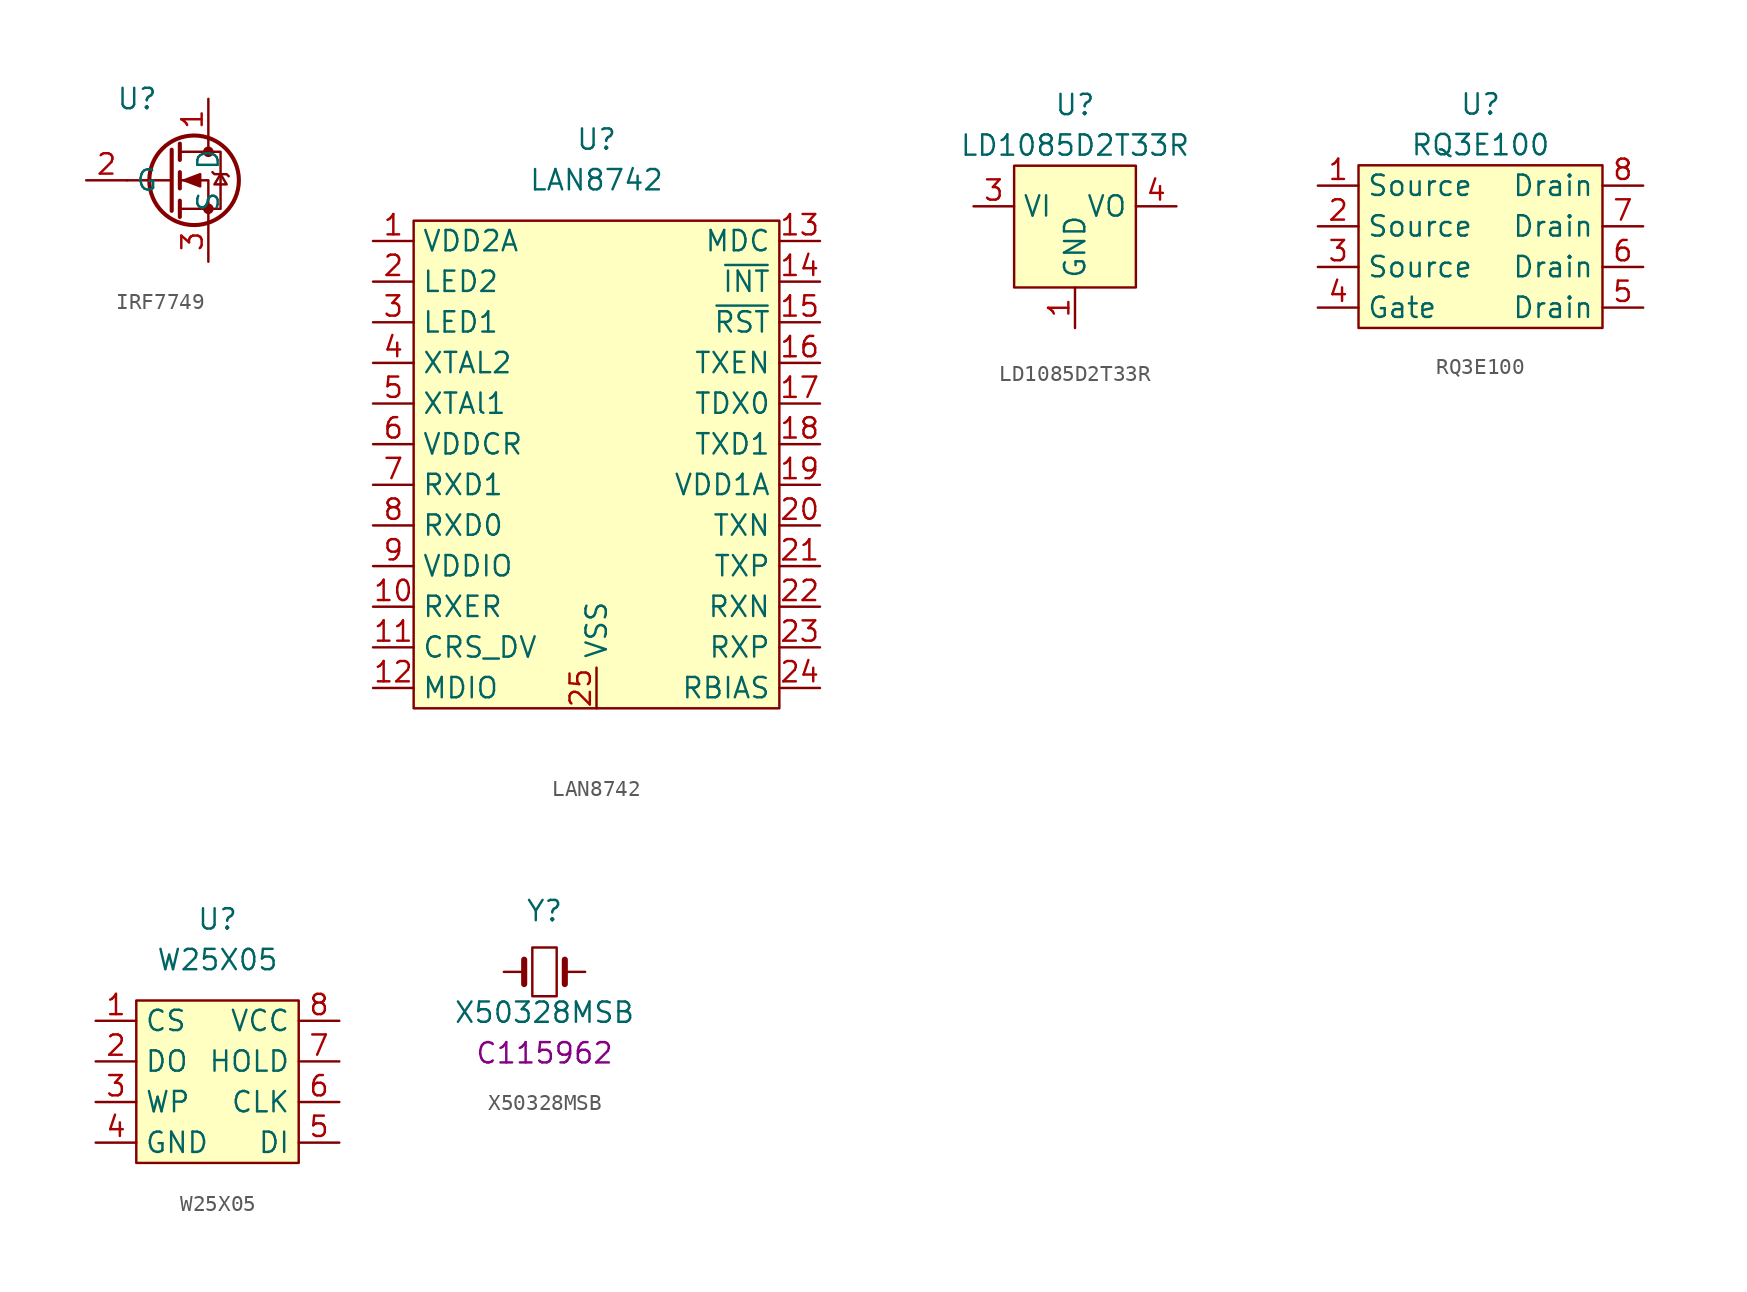
<source format=kicad_sym>
(kicad_symbol_lib
  (version 20220914)
  (generator kicad_symbol_editor)
  (symbol "IRF7749"
    (property "Reference" "U"
      (at -3.81 5.08 0)
      (effects (font (size 1.27 1.27))))
    (property "Value" ""
      (at 0 0 0)
      (effects (font (size 1.27 1.27))))
    (symbol "IRF7749_0_1"
      (circle (center -0.254 0) (radius 2.794) (stroke (width 0.254) (type default)) (fill (type none)))
      (polyline (pts (xy -1.651 0) (xy -4.445 0)) (stroke (width 0) (type default)) (fill (type none)))
      (polyline (pts (xy -1.651 1.905) (xy -1.651 -1.905)) (stroke (width 0.254) (type default)) (fill (type none)))
      (polyline (pts (xy -1.143 -1.27) (xy -1.143 -2.286)) (stroke (width 0.254) (type default)) (fill (type none)))
      (polyline (pts (xy -1.143 0.508) (xy -1.143 -0.508)) (stroke (width 0.254) (type default)) (fill (type none)))
      (polyline (pts (xy -1.143 2.286) (xy -1.143 1.27)) (stroke (width 0.254) (type default)) (fill (type none)))
      (polyline (pts (xy 0.635 2.54) (xy 0.635 1.778)) (stroke (width 0) (type default)) (fill (type none)))
      (polyline (pts (xy 0.635 -2.54) (xy 0.635 0) (xy -1.143 0)) (stroke (width 0) (type default)) (fill (type none)))
      (polyline (pts (xy -1.143 -1.778) (xy 1.397 -1.778) (xy 1.397 1.778) (xy -1.143 1.778)) (stroke (width 0) (type default)) (fill (type none)))
      (polyline (pts (xy -0.889 0) (xy 0.127 0.381) (xy 0.127 -0.381) (xy -0.889 0)) (stroke (width 0) (type default)) (fill (type outline)))
      (polyline (pts (xy 0.889 0.508) (xy 1.016 0.381) (xy 1.778 0.381) (xy 1.905 0.254)) (stroke (width 0) (type default)) (fill (type none)))
      (polyline (pts (xy 1.397 0.381) (xy 1.016 -0.254) (xy 1.778 -0.254) (xy 1.397 0.381)) (stroke (width 0) (type default)) (fill (type none)))
      (circle (center 0.635 -1.778) (radius 0.254) (stroke (width 0) (type default)) (fill (type outline)))
      (circle (center 0.635 1.778) (radius 0.254) (stroke (width 0) (type default)) (fill (type outline))))
    (symbol "IRF7749_1_1"
      (pin passive line (at 0.635 5.08 270) (length 2.54) (name "D" (effects (font (size 1.27 1.27)))) (number "1" (effects (font (size 1.27 1.27)))))
      (pin input line (at -6.985 0 0) (length 2.54) (name "G" (effects (font (size 1.27 1.27)))) (number "2" (effects (font (size 1.27 1.27)))))
      (pin passive line (at 0.635 -5.08 90) (length 2.54) (name "S" (effects (font (size 1.27 1.27)))) (number "3" (effects (font (size 1.27 1.27)))))))
  (symbol "LAN8742"
    (property "Reference" "U"
      (at 0 20.32 0)
      (effects (font (size 1.27 1.27))))
    (property "Value" "LAN8742"
      (at 0 17.78 0)
      (effects (font (size 1.27 1.27))))
    (symbol "LAN8742_0_1"
      (rectangle (start -11.43 15.24) (end 11.43 -15.24) (stroke (width 0) (type default)) (fill (type background))))
    (symbol "LAN8742_1_0"
      (pin bidirectional line (at -13.97 -8.89 0) (length 2.54) (name "RXER" (effects (font (size 1.27 1.27)))) (number "10" (effects (font (size 1.27 1.27)))))
      (pin bidirectional line (at -13.97 -11.43 0) (length 2.54) (name "CRS_DV" (effects (font (size 1.27 1.27)))) (number "11" (effects (font (size 1.27 1.27)))))
      (pin bidirectional line (at -13.97 -13.97 0) (length 2.54) (name "MDIO" (effects (font (size 1.27 1.27)))) (number "12" (effects (font (size 1.27 1.27)))))
      (pin input line (at 13.97 13.97 180) (length 2.54) (name "MDC" (effects (font (size 1.27 1.27)))) (number "13" (effects (font (size 1.27 1.27)))))
      (pin bidirectional line (at 13.97 11.43 180) (length 2.54) (name "~{INT}" (effects (font (size 1.27 1.27)))) (number "14" (effects (font (size 1.27 1.27)))))
      (pin bidirectional line (at 13.97 8.89 180) (length 2.54) (name "~{RST}" (effects (font (size 1.27 1.27)))) (number "15" (effects (font (size 1.27 1.27)))))
      (pin input line (at 13.97 6.35 180) (length 2.54) (name "TXEN" (effects (font (size 1.27 1.27)))) (number "16" (effects (font (size 1.27 1.27)))))
      (pin input line (at 13.97 3.81 180) (length 2.54) (name "TDX0" (effects (font (size 1.27 1.27)))) (number "17" (effects (font (size 1.27 1.27)))))
      (pin input line (at 13.97 1.27 180) (length 2.54) (name "TXD1" (effects (font (size 1.27 1.27)))) (number "18" (effects (font (size 1.27 1.27)))))
      (pin power_in line (at 13.97 -1.27 180) (length 2.54) (name "VDD1A" (effects (font (size 1.27 1.27)))) (number "19" (effects (font (size 1.27 1.27)))))
      (pin output line (at -13.97 11.43 0) (length 2.54) (name "LED2" (effects (font (size 1.27 1.27)))) (number "2" (effects (font (size 1.27 1.27)))))
      (pin bidirectional line (at 13.97 -3.81 180) (length 2.54) (name "TXN" (effects (font (size 1.27 1.27)))) (number "20" (effects (font (size 1.27 1.27)))))
      (pin bidirectional line (at 13.97 -6.35 180) (length 2.54) (name "TXP" (effects (font (size 1.27 1.27)))) (number "21" (effects (font (size 1.27 1.27)))))
      (pin bidirectional line (at 13.97 -8.89 180) (length 2.54) (name "RXN" (effects (font (size 1.27 1.27)))) (number "22" (effects (font (size 1.27 1.27)))))
      (pin bidirectional line (at 13.97 -11.43 180) (length 2.54) (name "RXP" (effects (font (size 1.27 1.27)))) (number "23" (effects (font (size 1.27 1.27)))))
      (pin input line (at 13.97 -13.97 180) (length 2.54) (name "RBIAS" (effects (font (size 1.27 1.27)))) (number "24" (effects (font (size 1.27 1.27)))))
      (pin power_in line (at 0 -15.24 90) (length 2.54) (name "VSS" (effects (font (size 1.27 1.27)))) (number "25" (effects (font (size 1.27 1.27)))))
      (pin output line (at -13.97 8.89 0) (length 2.54) (name "LED1" (effects (font (size 1.27 1.27)))) (number "3" (effects (font (size 1.27 1.27)))))
      (pin output line (at -13.97 6.35 0) (length 2.54) (name "XTAL2" (effects (font (size 1.27 1.27)))) (number "4" (effects (font (size 1.27 1.27)))))
      (pin input line (at -13.97 3.81 0) (length 2.54) (name "XTAl1" (effects (font (size 1.27 1.27)))) (number "5" (effects (font (size 1.27 1.27)))))
      (pin power_out line (at -13.97 1.27 0) (length 2.54) (name "VDDCR" (effects (font (size 1.27 1.27)))) (number "6" (effects (font (size 1.27 1.27)))))
      (pin output line (at -13.97 -1.27 0) (length 2.54) (name "RXD1" (effects (font (size 1.27 1.27)))) (number "7" (effects (font (size 1.27 1.27)))))
      (pin output line (at -13.97 -3.81 0) (length 2.54) (name "RXD0" (effects (font (size 1.27 1.27)))) (number "8" (effects (font (size 1.27 1.27)))))
      (pin power_in line (at -13.97 -6.35 0) (length 2.54) (name "VDDIO" (effects (font (size 1.27 1.27)))) (number "9" (effects (font (size 1.27 1.27))))))
    (symbol "LAN8742_1_1"
      (pin power_in line (at -13.97 13.97 0) (length 2.54) (name "VDD2A" (effects (font (size 1.27 1.27)))) (number "1" (effects (font (size 1.27 1.27)))))))
  (symbol "LD1085D2T33R"
    (property "Reference" "U"
      (at 0 6.35 0)
      (effects (font (size 1.27 1.27))))
    (property "Value" "LD1085D2T33R"
      (at 0 3.81 0)
      (effects (font (size 1.27 1.27))))
    (symbol "LD1085D2T33R_0_1"
      (rectangle (start -3.81 2.54) (end 3.81 -5.08) (stroke (width 0) (type default)) (fill (type background))))
    (symbol "LD1085D2T33R_1_1"
      (pin power_in line (at 0 -7.62 90) (length 2.54) (name "GND" (effects (font (size 1.27 1.27)))) (number "1" (effects (font (size 1.27 1.27)))))
      (pin power_in line (at -6.35 0 0) (length 2.54) (name "VI" (effects (font (size 1.27 1.27)))) (number "3" (effects (font (size 1.27 1.27)))))
      (pin power_out line (at 6.35 0 180) (length 2.54) (name "VO" (effects (font (size 1.27 1.27)))) (number "4" (effects (font (size 1.27 1.27)))))))
  (symbol "RQ3E100"
    (property "Reference" "U"
      (at 0 5.08 0)
      (effects (font (size 1.27 1.27))))
    (property "Value" "RQ3E100"
      (at 0 2.54 0)
      (effects (font (size 1.27 1.27))))
    (symbol "RQ3E100_0_1"
      (rectangle (start -7.62 1.27) (end 7.62 -8.89) (stroke (width 0) (type default)) (fill (type background))))
    (symbol "RQ3E100_1_1"
      (pin passive line (at -10.16 0 0) (length 2.54) (name "Source" (effects (font (size 1.27 1.27)))) (number "1" (effects (font (size 1.27 1.27)))))
      (pin passive line (at -10.16 -2.54 0) (length 2.54) (name "Source" (effects (font (size 1.27 1.27)))) (number "2" (effects (font (size 1.27 1.27)))))
      (pin passive line (at -10.16 -5.08 0) (length 2.54) (name "Source" (effects (font (size 1.27 1.27)))) (number "3" (effects (font (size 1.27 1.27)))))
      (pin input line (at -10.16 -7.62 0) (length 2.54) (name "Gate" (effects (font (size 1.27 1.27)))) (number "4" (effects (font (size 1.27 1.27)))))
      (pin passive line (at 10.16 -7.62 180) (length 2.54) (name "Drain" (effects (font (size 1.27 1.27)))) (number "5" (effects (font (size 1.27 1.27)))))
      (pin passive line (at 10.16 -5.08 180) (length 2.54) (name "Drain" (effects (font (size 1.27 1.27)))) (number "6" (effects (font (size 1.27 1.27)))))
      (pin passive line (at 10.16 -2.54 180) (length 2.54) (name "Drain" (effects (font (size 1.27 1.27)))) (number "7" (effects (font (size 1.27 1.27)))))
      (pin passive line (at 10.16 0 180) (length 2.54) (name "Drain" (effects (font (size 1.27 1.27)))) (number "8" (effects (font (size 1.27 1.27)))))))
  (symbol "W25X05"
    (property "Reference" "U"
      (at 0 10.16 0)
      (effects (font (size 1.27 1.27))))
    (property "Value" "W25X05"
      (at 0 7.62 0)
      (effects (font (size 1.27 1.27))))
    (symbol "W25X05_0_1"
      (rectangle (start -5.08 5.08) (end 5.08 -5.08) (stroke (width 0) (type default)) (fill (type background))))
    (symbol "W25X05_1_1"
      (pin input line (at -7.62 3.81 0) (length 2.54) (name "CS" (effects (font (size 1.27 1.27)))) (number "1" (effects (font (size 1.27 1.27)))))
      (pin output line (at -7.62 1.27 0) (length 2.54) (name "DO" (effects (font (size 1.27 1.27)))) (number "2" (effects (font (size 1.27 1.27)))))
      (pin input line (at -7.62 -1.27 0) (length 2.54) (name "WP" (effects (font (size 1.27 1.27)))) (number "3" (effects (font (size 1.27 1.27)))))
      (pin power_in line (at -7.62 -3.81 0) (length 2.54) (name "GND" (effects (font (size 1.27 1.27)))) (number "4" (effects (font (size 1.27 1.27)))))
      (pin input line (at 7.62 -3.81 180) (length 2.54) (name "DI" (effects (font (size 1.27 1.27)))) (number "5" (effects (font (size 1.27 1.27)))))
      (pin input line (at 7.62 -1.27 180) (length 2.54) (name "CLK" (effects (font (size 1.27 1.27)))) (number "6" (effects (font (size 1.27 1.27)))))
      (pin input line (at 7.62 1.27 180) (length 2.54) (name "HOLD" (effects (font (size 1.27 1.27)))) (number "7" (effects (font (size 1.27 1.27)))))
      (pin power_in line (at 7.62 3.81 180) (length 2.54) (name "VCC" (effects (font (size 1.27 1.27)))) (number "8" (effects (font (size 1.27 1.27)))))))
  (symbol "X50328MSB"
    (pin_numbers hide)
    (pin_names
      (offset 1.016) hide)
    (property "Reference" "Y"
      (at 0 3.81 0)
      (effects (font (size 1.27 1.27))))
    (property "Value" "X50328MSB"
      (at 0 -2.54 0)
      (effects (font (size 1.27 1.27))))
    (property "LCSC" "C115962"
      (at 0 -5.08 0)
      (effects (font (size 1.27 1.27))))
    (symbol "X50328MSB_0_1"
      (rectangle (start -0.762 1.524) (end 0.762 -1.524) (stroke (width 0) (type default)) (fill (type none)))
      (polyline (pts (xy -1.27 -0.762) (xy -1.27 0.762)) (stroke (width 0.381) (type default)) (fill (type none)))
      (polyline (pts (xy 1.27 -0.762) (xy 1.27 0.762)) (stroke (width 0.381) (type default)) (fill (type none))))
    (symbol "X50328MSB_1_1"
      (pin passive line (at -2.54 0 0) (length 1.27) (name "1" (effects (font (size 1.27 1.27)))) (number "1" (effects (font (size 1.27 1.27)))))
      (pin passive line (at 2.54 0 180) (length 1.27) (name "2" (effects (font (size 1.27 1.27)))) (number "2" (effects (font (size 1.27 1.27))))))))
</source>
